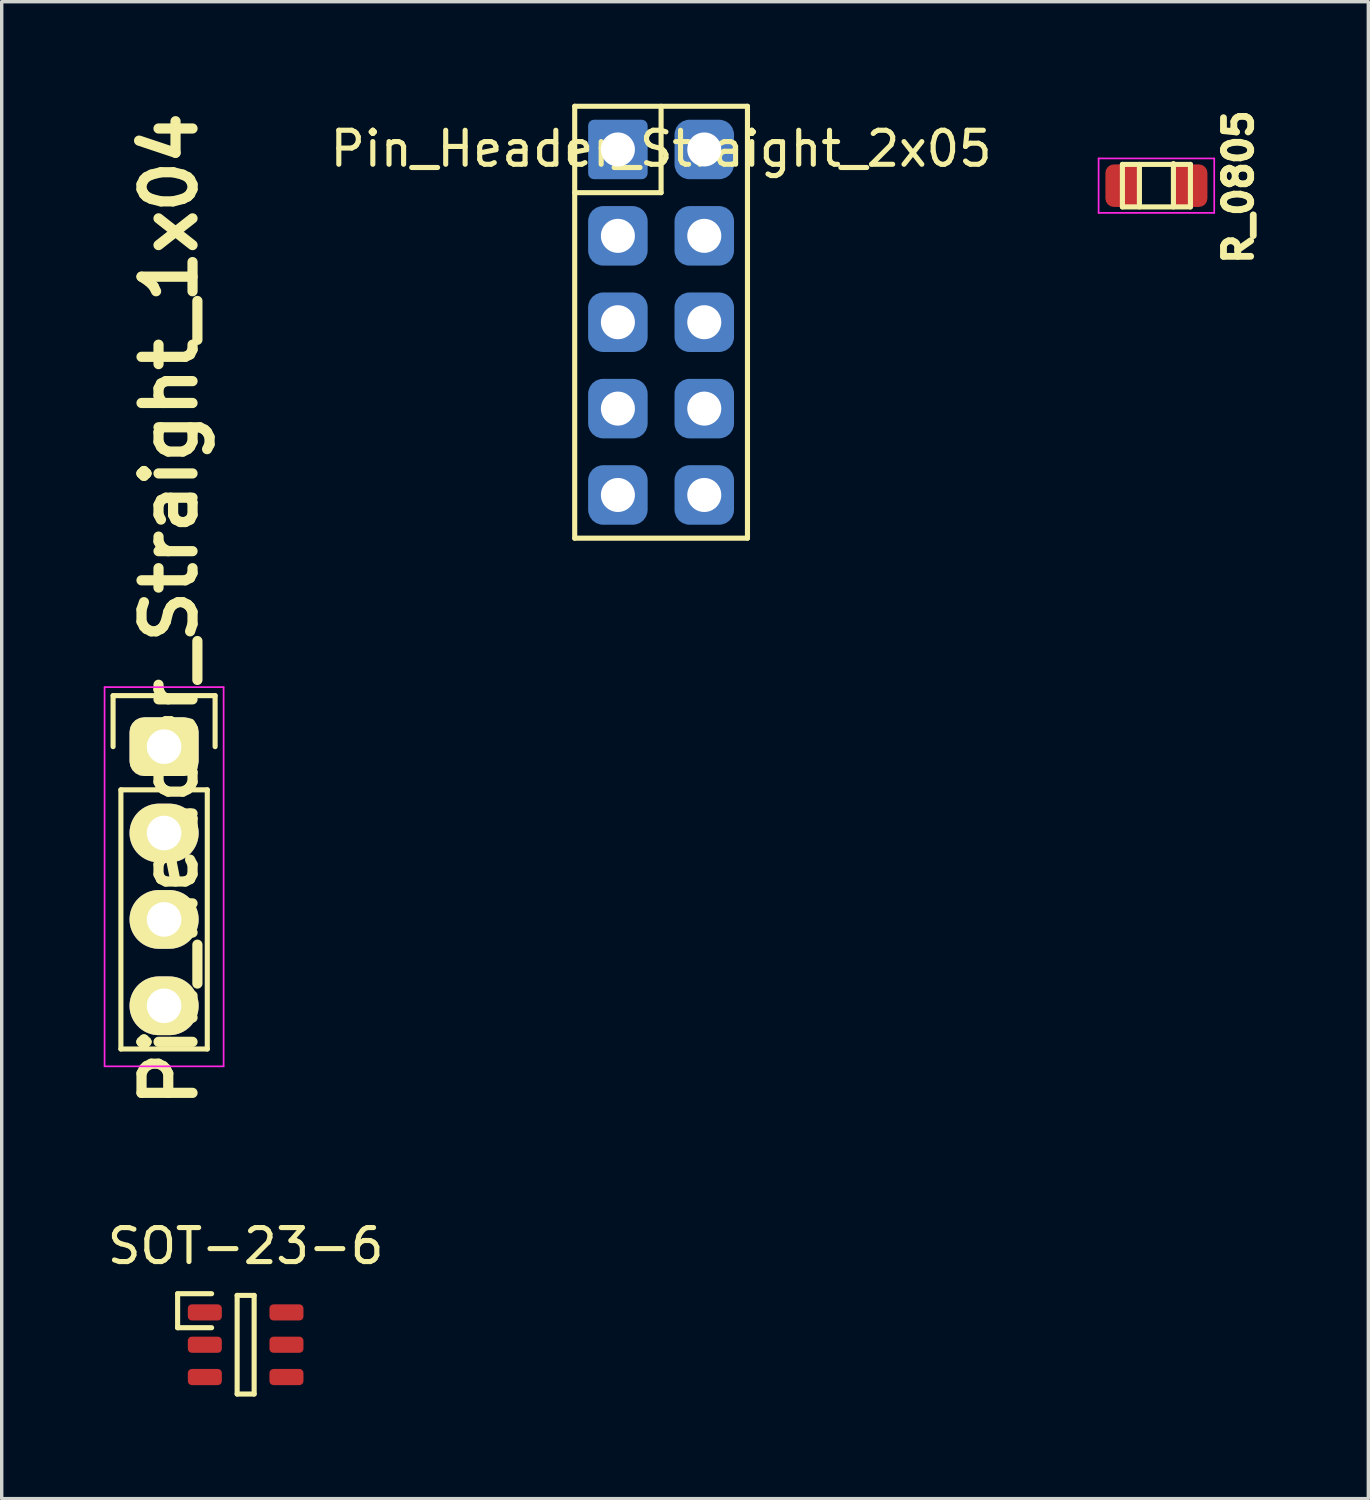
<source format=kicad_pcb>
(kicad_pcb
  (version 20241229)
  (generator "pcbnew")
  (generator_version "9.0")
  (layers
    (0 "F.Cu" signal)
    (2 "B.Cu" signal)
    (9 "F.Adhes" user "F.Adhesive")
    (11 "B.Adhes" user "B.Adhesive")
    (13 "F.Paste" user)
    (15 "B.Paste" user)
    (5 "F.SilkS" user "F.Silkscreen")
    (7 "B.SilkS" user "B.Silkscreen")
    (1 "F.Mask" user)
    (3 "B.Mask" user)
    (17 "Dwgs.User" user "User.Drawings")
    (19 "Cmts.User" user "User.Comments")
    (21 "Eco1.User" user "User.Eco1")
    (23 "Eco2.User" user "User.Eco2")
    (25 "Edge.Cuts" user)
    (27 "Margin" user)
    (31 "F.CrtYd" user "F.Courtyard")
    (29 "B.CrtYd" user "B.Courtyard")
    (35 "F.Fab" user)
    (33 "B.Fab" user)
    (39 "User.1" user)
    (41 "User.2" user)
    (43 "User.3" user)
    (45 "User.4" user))
  (footprint "Pin_Header_Straight_2x05"
    (layer "F.Cu")
    (at 16.389 6.425)
    (property "Reference" "Pin_Header_Straight_2x05" (at 0 -5.1 0) (layer "F.SilkS") (effects (font (size 1 1) (thickness 0.15))))
    (attr through_hole)
    (fp_line (start -2.54 -6.35) (end 2.54 -6.35) (stroke (width 0.15) (type solid)) (layer "F.SilkS"))
    (fp_line (start -2.54 6.35) (end -2.54 -6.35) (stroke (width 0.15) (type solid)) (layer "F.SilkS"))
    (fp_line (start 0 -6.35) (end 0 -3.81) (stroke (width 0.15) (type solid)) (layer "F.SilkS"))
    (fp_line (start 0 -3.81) (end -2.54 -3.81) (stroke (width 0.15) (type solid)) (layer "F.SilkS"))
    (fp_line (start 2.54 -6.35) (end 2.54 6.35) (stroke (width 0.15) (type solid)) (layer "F.SilkS"))
    (fp_line (start 2.54 6.35) (end -2.54 6.35) (stroke (width 0.15) (type solid)) (layer "F.SilkS"))
    (pad "1" thru_hole circle (at -1.27 -5.08) (size 1.3 1.3) (drill 1) (layers "*.Cu" "*.Mask"))
    (pad "1" smd roundrect (at -1.27 -5.08) (size 1.75 1.75) (layers "B.Cu" "B.Mask") (roundrect_rratio 0.1))
    (pad "2" thru_hole circle (at 1.27 -5.08) (size 1.3 1.3) (drill 1) (layers "*.Cu" "*.Mask"))
    (pad "2" smd roundrect (at 1.27 -5.08) (size 1.75 1.75) (layers "B.Cu" "B.Mask") (roundrect_rratio 0.25))
    (pad "3" thru_hole circle (at -1.27 -2.54) (size 1.3 1.3) (drill 1) (layers "*.Cu" "*.Mask"))
    (pad "3" smd roundrect (at -1.27 -2.54) (size 1.75 1.75) (layers "B.Cu" "B.Mask") (roundrect_rratio 0.25))
    (pad "4" thru_hole circle (at 1.27 -2.54) (size 1.3 1.3) (drill 1) (layers "*.Cu" "*.Mask"))
    (pad "4" smd roundrect (at 1.27 -2.54) (size 1.75 1.75) (layers "B.Cu" "B.Mask") (roundrect_rratio 0.25))
    (pad "5" thru_hole circle (at -1.27 0) (size 1.3 1.3) (drill 1) (layers "*.Cu" "*.Mask"))
    (pad "5" smd roundrect (at -1.27 0) (size 1.75 1.75) (layers "B.Cu" "B.Mask") (roundrect_rratio 0.25))
    (pad "6" thru_hole circle (at 1.27 0) (size 1.3 1.3) (drill 1) (layers "*.Cu" "*.Mask"))
    (pad "6" smd roundrect (at 1.27 0) (size 1.75 1.75) (layers "B.Cu" "B.Mask") (roundrect_rratio 0.25))
    (pad "7" thru_hole circle (at -1.27 2.54) (size 1.3 1.3) (drill 1) (layers "*.Cu" "*.Mask"))
    (pad "7" smd roundrect (at -1.27 2.54) (size 1.75 1.75) (layers "B.Cu" "B.Mask") (roundrect_rratio 0.25))
    (pad "8" thru_hole circle (at 1.27 2.54) (size 1.3 1.3) (drill 1) (layers "*.Cu" "*.Mask"))
    (pad "8" smd roundrect (at 1.27 2.54) (size 1.75 1.75) (layers "B.Cu" "B.Mask") (roundrect_rratio 0.25))
    (pad "9" thru_hole circle (at -1.27 5.08) (size 1.3 1.3) (drill 1) (layers "*.Cu" "*.Mask"))
    (pad "9" smd roundrect (at -1.27 5.08) (size 1.75 1.75) (layers "B.Cu" "B.Mask") (roundrect_rratio 0.25))
    (pad "10" thru_hole circle (at 1.27 5.08) (size 1.3 1.3) (drill 1) (layers "*.Cu" "*.Mask"))
    (pad "10" smd roundrect (at 1.27 5.08) (size 1.75 1.75) (layers "B.Cu" "B.Mask") (roundrect_rratio 0.25)))
  (footprint "SOT-23-6"
    (layer "F.Cu")
    (at 4.173 36.491)
    (property "Reference" "SOT-23-6" (at 0 -2.9 0) (layer "F.SilkS") (effects (font (size 1 1) (thickness 0.15))))
    (attr smd)
    (fp_line (start -2 -1.5) (end -2 -0.5) (stroke (width 0.15) (type solid)) (layer "F.SilkS"))
    (fp_line (start -2 -0.5) (end -1 -0.5) (stroke (width 0.15) (type solid)) (layer "F.SilkS"))
    (fp_line (start -1 -1.5) (end -2 -1.5) (stroke (width 0.15) (type solid)) (layer "F.SilkS"))
    (fp_line (start -0.25 -1.45) (end -0.25 1.45) (stroke (width 0.15) (type solid)) (layer "F.SilkS"))
    (fp_line (start -0.25 1.45) (end 0.25 1.45) (stroke (width 0.15) (type solid)) (layer "F.SilkS"))
    (fp_line (start 0.25 -1.45) (end -0.25 -1.45) (stroke (width 0.15) (type solid)) (layer "F.SilkS"))
    (fp_line (start 0.25 1.45) (end 0.25 -1.45) (stroke (width 0.15) (type solid)) (layer "F.SilkS"))
    (pad "1" smd roundrect (at -1.2 -0.95) (size 1 0.475) (layers "F.Cu" "F.Mask" "F.Paste") (roundrect_rratio 0.25))
    (pad "2" smd roundrect (at -1.2 0) (size 1 0.475) (layers "F.Cu" "F.Mask" "F.Paste") (roundrect_rratio 0.25))
    (pad "3" smd roundrect (at -1.2 0.95) (size 1 0.475) (layers "F.Cu" "F.Mask" "F.Paste") (roundrect_rratio 0.25))
    (pad "4" smd roundrect (at 1.2 0.95) (size 1 0.475) (layers "F.Cu" "F.Mask" "F.Paste") (roundrect_rratio 0.25))
    (pad "5" smd roundrect (at 1.2 0) (size 1 0.475) (layers "F.Cu" "F.Mask" "F.Paste") (roundrect_rratio 0.25))
    (pad "6" smd roundrect (at 1.2 -0.95) (size 1 0.475) (layers "F.Cu" "F.Mask" "F.Paste") (roundrect_rratio 0.25)))
  (footprint "R_0805"
    (layer "F.Cu")
    (at 30.954 2.409)
    (property "Reference" "R_0805" (at 2.412 0.04 90) (layer "F.SilkS") (effects (font (size 0.8 0.8) (thickness 0.2))))
    (attr smd)
    (fp_line (start -1 -0.625) (end -1 0.625) (stroke (width 0.15) (type solid)) (layer "F.SilkS"))
    (fp_line (start -1 0.625) (end 1 0.625) (stroke (width 0.15) (type solid)) (layer "F.SilkS"))
    (fp_line (start -0.5 -0.625) (end -0.5 0.625) (stroke (width 0.15) (type solid)) (layer "F.SilkS"))
    (fp_line (start 0.5 -0.65) (end 0.5 0.625) (stroke (width 0.15) (type solid)) (layer "F.SilkS"))
    (fp_line (start 1 -0.625) (end -1 -0.625) (stroke (width 0.15) (type solid)) (layer "F.SilkS"))
    (fp_line (start 1 0.625) (end 1 -0.625) (stroke (width 0.15) (type solid)) (layer "F.SilkS"))
    (fp_line (start -1.7 -0.8) (end -1.7 0.8) (stroke (width 0.05) (type solid)) (layer "F.CrtYd"))
    (fp_line (start -1.7 -0.8) (end 1.7 -0.8) (stroke (width 0.05) (type solid)) (layer "F.CrtYd"))
    (fp_line (start -1.7 0.8) (end 1.7 0.8) (stroke (width 0.05) (type solid)) (layer "F.CrtYd"))
    (fp_line (start 1.7 -0.8) (end 1.7 0.8) (stroke (width 0.05) (type solid)) (layer "F.CrtYd"))
    (pad "1" smd roundrect (at -1 0) (size 1 1.25) (layers "F.Cu" "F.Mask" "F.Paste") (roundrect_rratio 0.25))
    (pad "2" smd roundrect (at 1 0) (size 1 1.25) (layers "F.Cu" "F.Mask" "F.Paste") (roundrect_rratio 0.25)))
  (footprint "Pin_Header_Straight_1x04"
    (layer "F.Cu")
    (at 1.775 18.905)
    (property "Reference" "Pin_Header_Straight_1x04" (at 0.158 -4.034 270) (layer "F.SilkS") (effects (font (size 1.5 1.5) (thickness 0.3))))
    (attr through_hole)
    (fp_line (start -1.5 -1.5) (end 1.5 -1.5) (stroke (width 0.15) (type solid)) (layer "F.SilkS"))
    (fp_line (start -1.5 0) (end -1.5 -1.5) (stroke (width 0.15) (type solid)) (layer "F.SilkS"))
    (fp_line (start -1.27 1.27) (end -1.27 8.89) (stroke (width 0.15) (type solid)) (layer "F.SilkS"))
    (fp_line (start -1.27 8.89) (end 1.27 8.89) (stroke (width 0.15) (type solid)) (layer "F.SilkS"))
    (fp_line (start 1.27 1.27) (end -1.27 1.27) (stroke (width 0.15) (type solid)) (layer "F.SilkS"))
    (fp_line (start 1.27 1.27) (end 1.27 8.89) (stroke (width 0.15) (type solid)) (layer "F.SilkS"))
    (fp_line (start 1.5 -1.5) (end 1.5 0) (stroke (width 0.15) (type solid)) (layer "F.SilkS"))
    (fp_line (start -1.75 -1.75) (end -1.75 9.4) (stroke (width 0.05) (type solid)) (layer "F.CrtYd"))
    (fp_line (start -1.75 -1.75) (end 1.75 -1.75) (stroke (width 0.05) (type solid)) (layer "F.CrtYd"))
    (fp_line (start -1.75 9.4) (end 1.75 9.4) (stroke (width 0.05) (type solid)) (layer "F.CrtYd"))
    (fp_line (start 1.75 -1.75) (end 1.75 9.4) (stroke (width 0.05) (type solid)) (layer "F.CrtYd"))
    (pad "1" thru_hole roundrect (at 0 0) (size 2.032 1.727) (drill 1.016) (layers "*.Cu" "*.Mask" "F.SilkS") (roundrect_rratio 0.25))
    (pad "2" thru_hole oval (at 0 2.54) (size 2.032 1.727) (drill 1.016) (layers "*.Cu" "*.Mask" "F.SilkS"))
    (pad "3" thru_hole oval (at 0 5.08) (size 2.032 1.727) (drill 1.016) (layers "*.Cu" "*.Mask" "F.SilkS"))
    (pad "4" thru_hole oval (at 0 7.62) (size 2.032 1.727) (drill 1.016) (layers "*.Cu" "*.Mask" "F.SilkS")))
  (gr_rect
    (start -3 -3)
    (end 37.185 41.016)
    (stroke (width 0.1) (type default))
    (fill no)
    (layer "Edge.Cuts")))
</source>
